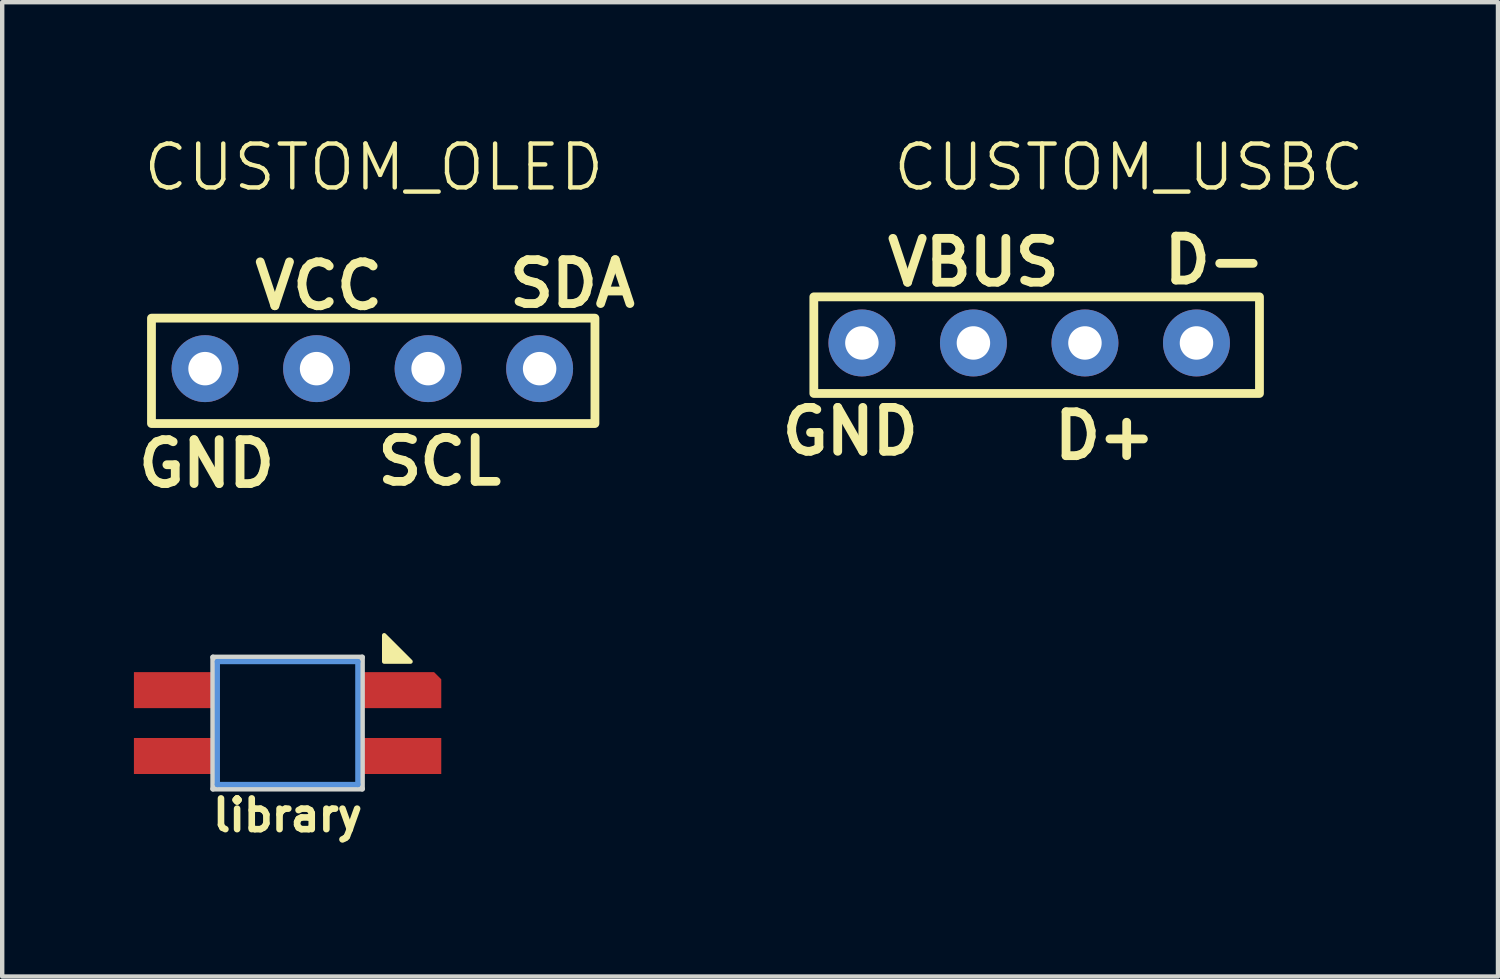
<source format=kicad_pcb>
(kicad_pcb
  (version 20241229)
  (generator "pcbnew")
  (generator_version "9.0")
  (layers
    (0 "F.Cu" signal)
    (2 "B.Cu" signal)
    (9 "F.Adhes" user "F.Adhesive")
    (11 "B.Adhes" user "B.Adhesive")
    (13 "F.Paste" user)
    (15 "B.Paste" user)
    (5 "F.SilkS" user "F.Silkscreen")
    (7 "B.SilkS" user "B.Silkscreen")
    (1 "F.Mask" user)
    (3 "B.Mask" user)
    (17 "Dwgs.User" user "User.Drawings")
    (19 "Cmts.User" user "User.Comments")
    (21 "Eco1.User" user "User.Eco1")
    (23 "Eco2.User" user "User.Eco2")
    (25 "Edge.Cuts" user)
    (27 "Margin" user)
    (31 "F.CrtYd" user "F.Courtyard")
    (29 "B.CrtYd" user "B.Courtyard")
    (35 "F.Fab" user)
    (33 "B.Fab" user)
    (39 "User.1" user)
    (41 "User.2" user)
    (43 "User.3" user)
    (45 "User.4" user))
  (footprint "CUSTOM_USBC"
    (layer "F.Cu")
    (at 21.66 4.761)
    (property "Reference" "CUSTOM_USBC" (at 1 -4 0) (unlocked yes) (layer "F.SilkS") (effects (font (size 1 1) (thickness 0.1))))
    (attr through_hole)
    (fp_rect (start -6.175 -1.05) (end 3.975 1.15) (stroke (width 0.2) (type default)) (fill no) (layer "F.SilkS"))
    (fp_text user "GND" (at -7 2.6 0) (unlocked yes) (layer "F.SilkS") (effects (font (size 1 1) (thickness 0.2) (bold yes)) (justify left bottom)))
    (fp_text user "VBUS" (at -4.6 -1.25 0) (unlocked yes) (layer "F.SilkS") (effects (font (size 1 1) (thickness 0.2) (bold yes)) (justify left bottom)))
    (fp_text user "D-" (at 1.7 -1.3 0) (unlocked yes) (layer "F.SilkS") (effects (font (size 1 1) (thickness 0.2) (bold yes)) (justify left bottom)))
    (fp_text user "D+" (at -0.8 2.7 0) (unlocked yes) (layer "F.SilkS") (effects (font (size 1 1) (thickness 0.2) (bold yes)) (justify left bottom)))
    (pad "1" thru_hole circle (at -5.08 0) (size 1.524 1.524) (drill 0.762) (layers "*.Cu" "*.Mask"))
    (pad "2" thru_hole circle (at -2.54 0) (size 1.524 1.524) (drill 0.762) (layers "*.Cu" "*.Mask"))
    (pad "3" thru_hole circle (at 0 0) (size 1.524 1.524) (drill 0.762) (layers "*.Cu" "*.Mask"))
    (pad "4" thru_hole circle (at 2.54 0) (size 1.524 1.524) (drill 0.762) (layers "*.Cu" "*.Mask")))
  (footprint "library"
    (layer "F.Cu")
    (at 3.5 13.418)
    (property "Reference" "library" (at 0 2.1 0) (unlocked yes) (layer "F.SilkS") (effects (font (size 0.7 0.7) (thickness 0.15))))
    (attr through_hole)
    (fp_poly (pts (xy 2.8 -1.4) (xy 2.2 -1.4) (xy 2.2 -2)) (stroke (width 0.1) (type solid)) (fill yes) (layer "F.SilkS"))
    (fp_line (start -1.6 -1.4) (end 1.6 -1.4) (stroke (width 0.12) (type solid)) (layer "Cmts.User"))
    (fp_line (start -1.6 1.4) (end -1.6 -1.4) (stroke (width 0.12) (type solid)) (layer "Cmts.User"))
    (fp_line (start 1.6 -1.4) (end 1.6 1.4) (stroke (width 0.12) (type solid)) (layer "Cmts.User"))
    (fp_line (start 1.6 1.4) (end -1.6 1.4) (stroke (width 0.12) (type solid)) (layer "Cmts.User"))
    (fp_line (start -1.7 -1.5) (end 1.7 -1.5) (stroke (width 0.12) (type solid)) (layer "Edge.Cuts"))
    (fp_line (start -1.7 1.5) (end -1.7 -1.5) (stroke (width 0.12) (type solid)) (layer "Edge.Cuts"))
    (fp_line (start 1.7 -1.5) (end 1.7 1.5) (stroke (width 0.12) (type solid)) (layer "Edge.Cuts"))
    (fp_line (start 1.7 1.5) (end -1.7 1.5) (stroke (width 0.12) (type solid)) (layer "Edge.Cuts"))
    (pad "1" smd rect (at -2.6 -0.75) (size 1.8 0.82) (layers "F.Cu" "F.Mask" "F.Paste"))
    (pad "2" smd roundrect (at 2.6 -0.75) (size 1.8 0.82) (layers "F.Cu" "F.Mask" "F.Paste") (roundrect_rratio 0) (chamfer_ratio 0.2) (chamfer top_right))
    (pad "3" smd rect (at 2.6 0.75) (size 1.8 0.82) (layers "F.Cu" "F.Mask" "F.Paste"))
    (pad "4" smd rect (at -2.6 0.75) (size 1.8 0.82) (layers "F.Cu" "F.Mask" "F.Paste")))
  (footprint "CUSTOM_OLED"
    (layer "F.Cu")
    (at 6.7 5.346)
    (property "Reference" "CUSTOM_OLED" (at -1.236 -4.585 0) (unlocked yes) (layer "F.SilkS") (effects (font (size 1 1) (thickness 0.1))))
    (attr through_hole)
    (fp_rect (start -6.3 -1.15) (end 3.8 1.25) (stroke (width 0.2) (type default)) (fill no) (layer "F.SilkS"))
    (fp_text user "GND" (at -6.7 2.75 0) (unlocked yes) (layer "F.SilkS") (effects (font (size 1 1) (thickness 0.2) (bold yes)) (justify left bottom)))
    (fp_text user "SDA" (at 1.75 -1.35 0) (unlocked yes) (layer "F.SilkS") (effects (font (size 1 1) (thickness 0.2) (bold yes)) (justify left bottom)))
    (fp_text user "VCC" (at -4.05 -1.3 0) (unlocked yes) (layer "F.SilkS") (effects (font (size 1 1) (thickness 0.2) (bold yes)) (justify left bottom)))
    (fp_text user "SCL" (at -1.25 2.7 0) (unlocked yes) (layer "F.SilkS") (effects (font (size 1 1) (thickness 0.2) (bold yes)) (justify left bottom)))
    (pad "1" thru_hole circle (at -5.08 0) (size 1.524 1.524) (drill 0.762) (layers "*.Cu" "*.Mask"))
    (pad "2" thru_hole circle (at -2.54 0) (size 1.524 1.524) (drill 0.762) (layers "*.Cu" "*.Mask"))
    (pad "3" thru_hole circle (at 0 0) (size 1.524 1.524) (drill 0.762) (layers "*.Cu" "*.Mask"))
    (pad "4" thru_hole circle (at 2.54 0) (size 1.524 1.524) (drill 0.762) (layers "*.Cu" "*.Mask")))
  (gr_rect
    (start -3 -3)
    (end 31.067 19.19)
    (stroke (width 0.1) (type default))
    (fill no)
    (layer "Edge.Cuts")))
</source>
